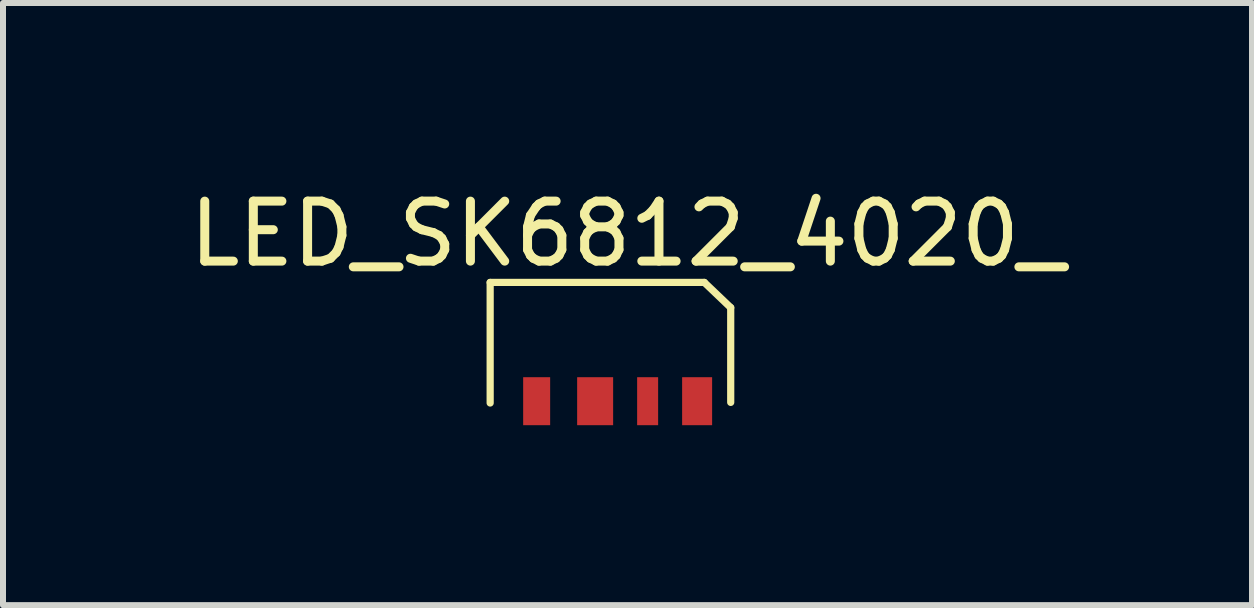
<source format=kicad_pcb>
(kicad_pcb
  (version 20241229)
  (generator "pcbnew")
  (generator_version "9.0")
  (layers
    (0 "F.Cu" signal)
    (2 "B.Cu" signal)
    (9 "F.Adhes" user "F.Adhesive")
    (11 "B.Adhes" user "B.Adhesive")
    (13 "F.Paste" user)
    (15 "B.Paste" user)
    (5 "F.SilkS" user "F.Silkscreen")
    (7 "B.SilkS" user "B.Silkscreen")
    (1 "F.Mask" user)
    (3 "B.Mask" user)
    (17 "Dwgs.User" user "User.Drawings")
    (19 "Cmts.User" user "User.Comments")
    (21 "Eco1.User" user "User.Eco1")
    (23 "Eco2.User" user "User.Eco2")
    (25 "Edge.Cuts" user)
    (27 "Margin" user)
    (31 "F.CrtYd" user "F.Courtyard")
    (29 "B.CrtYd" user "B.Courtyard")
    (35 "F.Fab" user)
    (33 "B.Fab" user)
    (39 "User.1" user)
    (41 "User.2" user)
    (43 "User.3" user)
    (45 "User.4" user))
  (footprint "LED_SK6812_4020_"
    (layer "F.Cu")
    (at 7.331 2.458)
    (property "Reference" "LED_SK6812_4020_" (at 0.08 -1.61 0) (layer "F.SilkS") (effects (font (size 1 1) (thickness 0.15))))
    (attr through_hole)
    (fp_line (start -2.21 -0.8) (end -2.21 1.21) (stroke (width 0.12) (type solid)) (layer "F.SilkS"))
    (fp_line (start 1.36 -0.8) (end -2.21 -0.8) (stroke (width 0.12) (type solid)) (layer "F.SilkS"))
    (fp_line (start 1.36 -0.8) (end 1.8 -0.38) (stroke (width 0.12) (type solid)) (layer "F.SilkS"))
    (fp_line (start 1.8 1.2) (end 1.8 -0.38) (stroke (width 0.12) (type solid)) (layer "F.SilkS"))
    (pad "1" smd rect (at -1.435 1.18) (size 0.45 0.8) (layers "F.Cu" "F.Mask" "F.Paste"))
    (pad "2" smd rect (at -0.46 1.18) (size 0.6 0.8) (layers "F.Cu" "F.Mask" "F.Paste"))
    (pad "3" smd rect (at 0.415 1.18) (size 0.35 0.8) (layers "F.Cu" "F.Mask" "F.Paste"))
    (pad "4" smd rect (at 1.24 1.18) (size 0.5 0.8) (layers "F.Cu" "F.Mask" "F.Paste")))
  (gr_rect
    (start -3 -3)
    (end 17.821 7.038)
    (stroke (width 0.1) (type default))
    (fill no)
    (layer "Edge.Cuts")))
</source>
